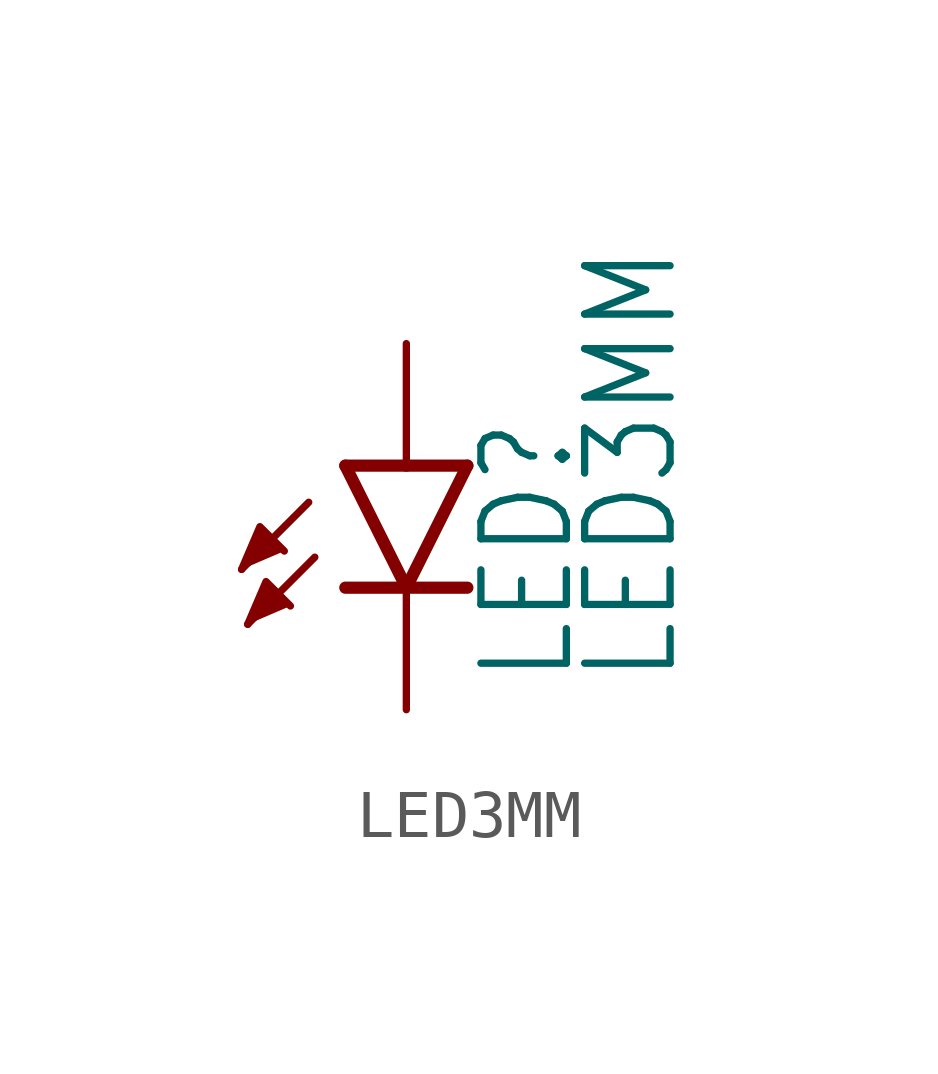
<source format=kicad_sym>
(kicad_symbol_lib
  (version 20211014)
  (generator kicad_symbol_editor)
  (symbol "LED3MM"
    (property "Reference" "LED"
      (at 3.556 -4.572 90)
      (effects (font (size 1.778 1.511)) (justify left bottom)))
    (property "Value" "LED3MM"
      (at 5.715 -4.572 90)
      (effects (font (size 1.778 1.511)) (justify left bottom)))
    (property "ki_locked" ""
      (at 0 0 0)
      (effects (font (size 1.27 1.27))))
    (symbol "LED3MM_1_0"
      (polyline (pts (xy -2.032 -0.762) (xy -3.429 -2.159)) (stroke (width 0.152) (type default) (color 0 0 0 0)) (fill (type none)))
      (polyline (pts (xy -1.905 -1.905) (xy -3.302 -3.302)) (stroke (width 0.152) (type default) (color 0 0 0 0)) (fill (type none)))
      (polyline (pts (xy 0 -2.54) (xy -1.27 -2.54)) (stroke (width 0.254) (type default) (color 0 0 0 0)) (fill (type none)))
      (polyline (pts (xy 0 -2.54) (xy -1.27 0)) (stroke (width 0.254) (type default) (color 0 0 0 0)) (fill (type none)))
      (polyline (pts (xy 0 0) (xy -1.27 0)) (stroke (width 0.254) (type default) (color 0 0 0 0)) (fill (type none)))
      (polyline (pts (xy 1.27 -2.54) (xy 0 -2.54)) (stroke (width 0.254) (type default) (color 0 0 0 0)) (fill (type none)))
      (polyline (pts (xy 1.27 0) (xy 0 -2.54)) (stroke (width 0.254) (type default) (color 0 0 0 0)) (fill (type none)))
      (polyline (pts (xy 1.27 0) (xy 0 0)) (stroke (width 0.254) (type default) (color 0 0 0 0)) (fill (type none)))
      (polyline (pts (xy -3.429 -2.159) (xy -3.048 -1.27) (xy -2.54 -1.778)) (stroke (width 0) (type default) (color 0 0 0 0)) (fill (type outline)))
      (polyline (pts (xy -3.302 -3.302) (xy -2.921 -2.413) (xy -2.413 -2.921)) (stroke (width 0) (type default) (color 0 0 0 0)) (fill (type outline)))
      (pin passive line (at 0 2.54 270) (length 2.54) (name "A" (effects (font (size 0 0)))) (number "A" (effects (font (size 0 0)))))
      (pin passive line (at 0 -5.08 90) (length 2.54) (name "C" (effects (font (size 0 0)))) (number "K" (effects (font (size 0 0))))))))
</source>
